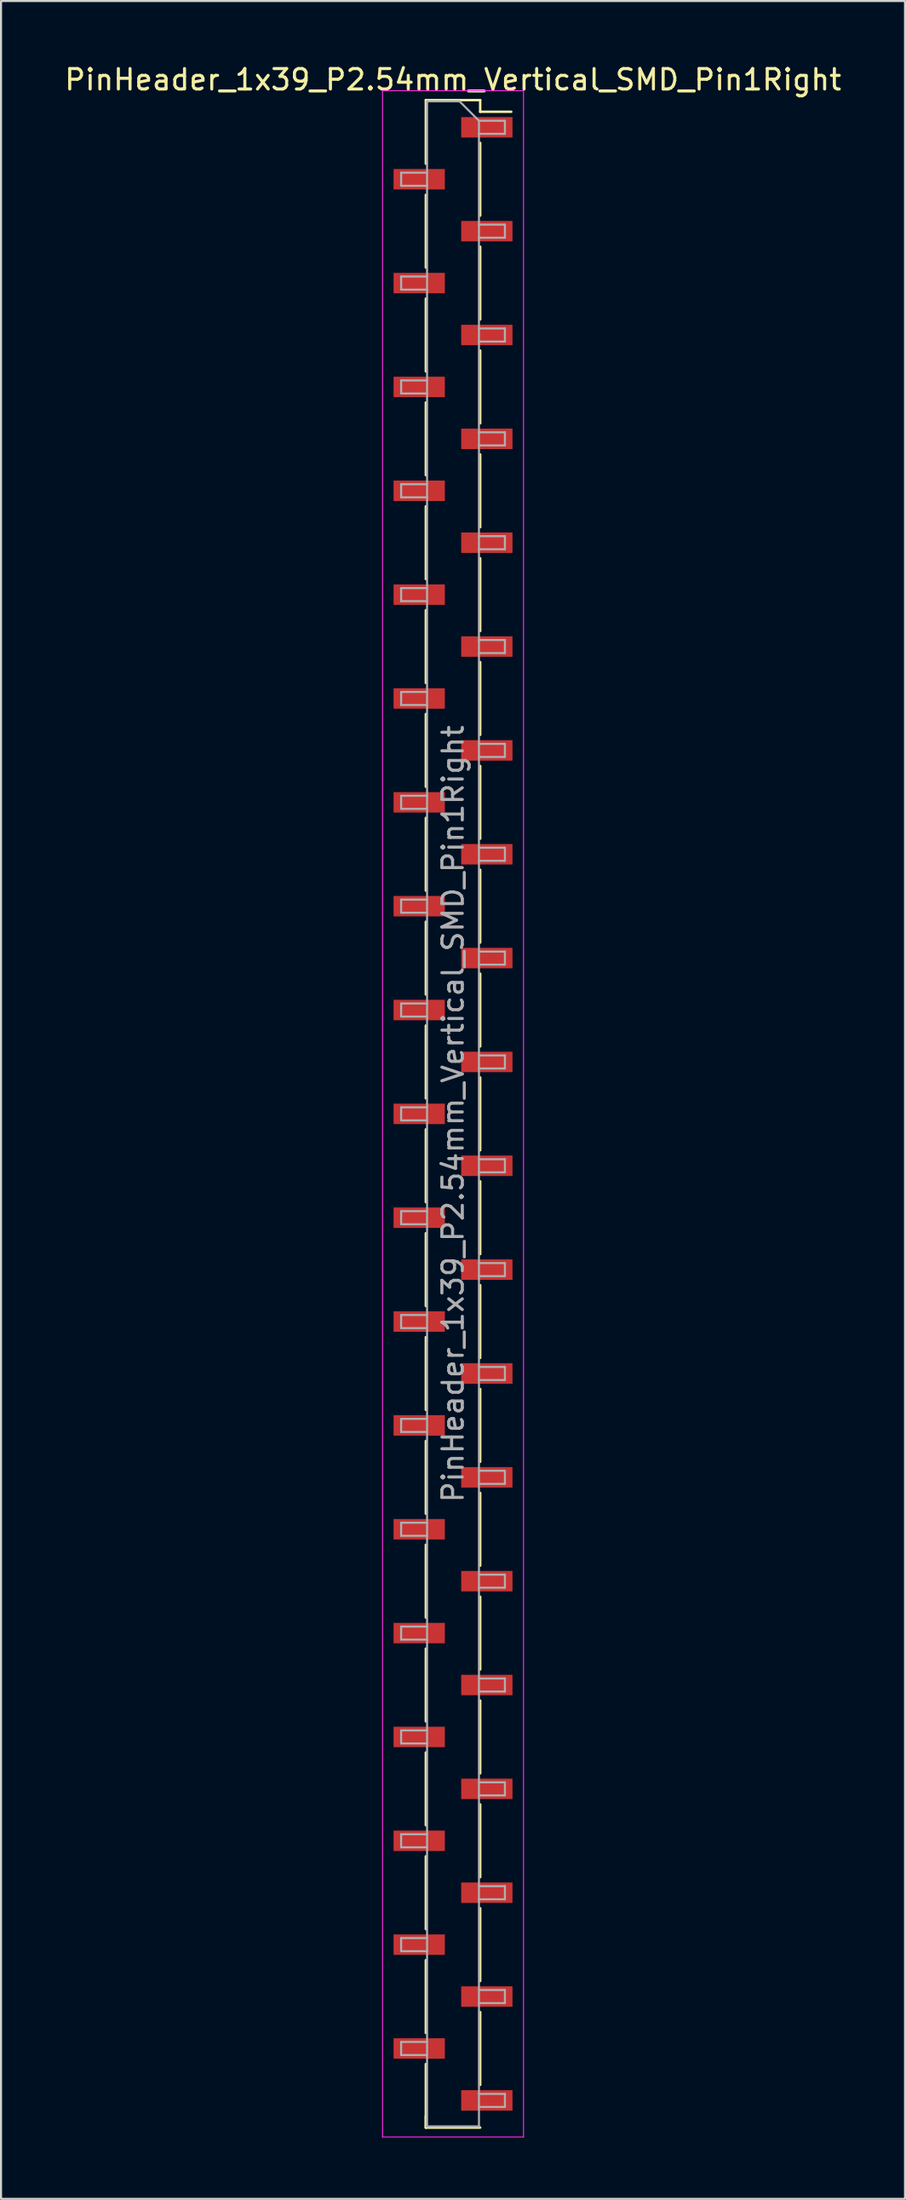
<source format=kicad_pcb>
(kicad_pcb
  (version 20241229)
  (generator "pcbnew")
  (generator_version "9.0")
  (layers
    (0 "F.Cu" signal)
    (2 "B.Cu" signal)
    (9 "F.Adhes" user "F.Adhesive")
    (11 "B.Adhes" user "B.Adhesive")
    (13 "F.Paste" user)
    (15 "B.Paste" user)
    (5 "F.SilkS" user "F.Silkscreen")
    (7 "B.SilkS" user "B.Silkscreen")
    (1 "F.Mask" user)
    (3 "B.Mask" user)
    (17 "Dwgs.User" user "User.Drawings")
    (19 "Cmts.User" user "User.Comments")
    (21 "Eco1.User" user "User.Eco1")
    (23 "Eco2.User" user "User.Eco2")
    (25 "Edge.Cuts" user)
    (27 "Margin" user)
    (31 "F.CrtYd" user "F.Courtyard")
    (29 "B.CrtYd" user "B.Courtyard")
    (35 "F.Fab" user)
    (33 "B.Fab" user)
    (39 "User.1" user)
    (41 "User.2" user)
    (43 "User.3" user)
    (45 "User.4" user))
  (footprint "PinHeader_1x39_P2.54mm_Vertical_SMD_Pin1Right"
    (layer "F.Cu")
    (at 19.125 51.438)
    (property "Reference" "PinHeader_1x39_P2.54mm_Vertical_SMD_Pin1Right" (at 0 -50.59 0) (layer "F.SilkS") (effects (font (size 1 1) (thickness 0.15))))
    (attr smd)
    (fp_line (start -1.33 -49.59) (end -1.33 -46.48) (stroke (width 0.12) (type solid)) (layer "F.SilkS"))
    (fp_line (start -1.33 -49.59) (end 1.33 -49.59) (stroke (width 0.12) (type solid)) (layer "F.SilkS"))
    (fp_line (start -1.33 -44.96) (end -1.33 -41.4) (stroke (width 0.12) (type solid)) (layer "F.SilkS"))
    (fp_line (start -1.33 -39.88) (end -1.33 -36.32) (stroke (width 0.12) (type solid)) (layer "F.SilkS"))
    (fp_line (start -1.33 -34.8) (end -1.33 -31.24) (stroke (width 0.12) (type solid)) (layer "F.SilkS"))
    (fp_line (start -1.33 -29.72) (end -1.33 -26.16) (stroke (width 0.12) (type solid)) (layer "F.SilkS"))
    (fp_line (start -1.33 -24.64) (end -1.33 -21.08) (stroke (width 0.12) (type solid)) (layer "F.SilkS"))
    (fp_line (start -1.33 -19.56) (end -1.33 -16) (stroke (width 0.12) (type solid)) (layer "F.SilkS"))
    (fp_line (start -1.33 -14.48) (end -1.33 -10.92) (stroke (width 0.12) (type solid)) (layer "F.SilkS"))
    (fp_line (start -1.33 -9.4) (end -1.33 -5.84) (stroke (width 0.12) (type solid)) (layer "F.SilkS"))
    (fp_line (start -1.33 -4.32) (end -1.33 -0.76) (stroke (width 0.12) (type solid)) (layer "F.SilkS"))
    (fp_line (start -1.33 0.76) (end -1.33 4.32) (stroke (width 0.12) (type solid)) (layer "F.SilkS"))
    (fp_line (start -1.33 5.84) (end -1.33 9.4) (stroke (width 0.12) (type solid)) (layer "F.SilkS"))
    (fp_line (start -1.33 10.92) (end -1.33 14.48) (stroke (width 0.12) (type solid)) (layer "F.SilkS"))
    (fp_line (start -1.33 16) (end -1.33 19.56) (stroke (width 0.12) (type solid)) (layer "F.SilkS"))
    (fp_line (start -1.33 21.08) (end -1.33 24.64) (stroke (width 0.12) (type solid)) (layer "F.SilkS"))
    (fp_line (start -1.33 26.16) (end -1.33 29.72) (stroke (width 0.12) (type solid)) (layer "F.SilkS"))
    (fp_line (start -1.33 31.24) (end -1.33 34.8) (stroke (width 0.12) (type solid)) (layer "F.SilkS"))
    (fp_line (start -1.33 36.32) (end -1.33 39.88) (stroke (width 0.12) (type solid)) (layer "F.SilkS"))
    (fp_line (start -1.33 41.4) (end -1.33 44.96) (stroke (width 0.12) (type solid)) (layer "F.SilkS"))
    (fp_line (start -1.33 46.48) (end -1.33 49.59) (stroke (width 0.12) (type solid)) (layer "F.SilkS"))
    (fp_line (start -1.33 49.02) (end -1.33 49.59) (stroke (width 0.12) (type solid)) (layer "F.SilkS"))
    (fp_line (start -1.33 49.59) (end 1.33 49.59) (stroke (width 0.12) (type solid)) (layer "F.SilkS"))
    (fp_line (start 1.33 -49.59) (end 1.33 -49.02) (stroke (width 0.12) (type solid)) (layer "F.SilkS"))
    (fp_line (start 1.33 -49.02) (end 2.85 -49.02) (stroke (width 0.12) (type solid)) (layer "F.SilkS"))
    (fp_line (start 1.33 -47.5) (end 1.33 -43.94) (stroke (width 0.12) (type solid)) (layer "F.SilkS"))
    (fp_line (start 1.33 -42.42) (end 1.33 -38.86) (stroke (width 0.12) (type solid)) (layer "F.SilkS"))
    (fp_line (start 1.33 -37.34) (end 1.33 -33.78) (stroke (width 0.12) (type solid)) (layer "F.SilkS"))
    (fp_line (start 1.33 -32.26) (end 1.33 -28.7) (stroke (width 0.12) (type solid)) (layer "F.SilkS"))
    (fp_line (start 1.33 -27.18) (end 1.33 -23.62) (stroke (width 0.12) (type solid)) (layer "F.SilkS"))
    (fp_line (start 1.33 -22.1) (end 1.33 -18.54) (stroke (width 0.12) (type solid)) (layer "F.SilkS"))
    (fp_line (start 1.33 -17.02) (end 1.33 -13.46) (stroke (width 0.12) (type solid)) (layer "F.SilkS"))
    (fp_line (start 1.33 -11.94) (end 1.33 -8.38) (stroke (width 0.12) (type solid)) (layer "F.SilkS"))
    (fp_line (start 1.33 -6.86) (end 1.33 -3.3) (stroke (width 0.12) (type solid)) (layer "F.SilkS"))
    (fp_line (start 1.33 -1.78) (end 1.33 1.78) (stroke (width 0.12) (type solid)) (layer "F.SilkS"))
    (fp_line (start 1.33 3.3) (end 1.33 6.86) (stroke (width 0.12) (type solid)) (layer "F.SilkS"))
    (fp_line (start 1.33 8.38) (end 1.33 11.94) (stroke (width 0.12) (type solid)) (layer "F.SilkS"))
    (fp_line (start 1.33 13.46) (end 1.33 17.02) (stroke (width 0.12) (type solid)) (layer "F.SilkS"))
    (fp_line (start 1.33 18.54) (end 1.33 22.1) (stroke (width 0.12) (type solid)) (layer "F.SilkS"))
    (fp_line (start 1.33 23.62) (end 1.33 27.18) (stroke (width 0.12) (type solid)) (layer "F.SilkS"))
    (fp_line (start 1.33 28.7) (end 1.33 32.26) (stroke (width 0.12) (type solid)) (layer "F.SilkS"))
    (fp_line (start 1.33 33.78) (end 1.33 37.34) (stroke (width 0.12) (type solid)) (layer "F.SilkS"))
    (fp_line (start 1.33 38.86) (end 1.33 42.42) (stroke (width 0.12) (type solid)) (layer "F.SilkS"))
    (fp_line (start 1.33 43.94) (end 1.33 47.5) (stroke (width 0.12) (type solid)) (layer "F.SilkS"))
    (fp_line (start -3.45 -50.05) (end -3.45 50.05) (stroke (width 0.05) (type solid)) (layer "F.CrtYd"))
    (fp_line (start -3.45 50.05) (end 3.45 50.05) (stroke (width 0.05) (type solid)) (layer "F.CrtYd"))
    (fp_line (start 3.45 -50.05) (end -3.45 -50.05) (stroke (width 0.05) (type solid)) (layer "F.CrtYd"))
    (fp_line (start 3.45 50.05) (end 3.45 -50.05) (stroke (width 0.05) (type solid)) (layer "F.CrtYd"))
    (fp_line (start -2.54 -46.04) (end -2.54 -45.4) (stroke (width 0.1) (type solid)) (layer "F.Fab"))
    (fp_line (start -2.54 -45.4) (end -1.27 -45.4) (stroke (width 0.1) (type solid)) (layer "F.Fab"))
    (fp_line (start -2.54 -40.96) (end -2.54 -40.32) (stroke (width 0.1) (type solid)) (layer "F.Fab"))
    (fp_line (start -2.54 -40.32) (end -1.27 -40.32) (stroke (width 0.1) (type solid)) (layer "F.Fab"))
    (fp_line (start -2.54 -35.88) (end -2.54 -35.24) (stroke (width 0.1) (type solid)) (layer "F.Fab"))
    (fp_line (start -2.54 -35.24) (end -1.27 -35.24) (stroke (width 0.1) (type solid)) (layer "F.Fab"))
    (fp_line (start -2.54 -30.8) (end -2.54 -30.16) (stroke (width 0.1) (type solid)) (layer "F.Fab"))
    (fp_line (start -2.54 -30.16) (end -1.27 -30.16) (stroke (width 0.1) (type solid)) (layer "F.Fab"))
    (fp_line (start -2.54 -25.72) (end -2.54 -25.08) (stroke (width 0.1) (type solid)) (layer "F.Fab"))
    (fp_line (start -2.54 -25.08) (end -1.27 -25.08) (stroke (width 0.1) (type solid)) (layer "F.Fab"))
    (fp_line (start -2.54 -20.64) (end -2.54 -20) (stroke (width 0.1) (type solid)) (layer "F.Fab"))
    (fp_line (start -2.54 -20) (end -1.27 -20) (stroke (width 0.1) (type solid)) (layer "F.Fab"))
    (fp_line (start -2.54 -15.56) (end -2.54 -14.92) (stroke (width 0.1) (type solid)) (layer "F.Fab"))
    (fp_line (start -2.54 -14.92) (end -1.27 -14.92) (stroke (width 0.1) (type solid)) (layer "F.Fab"))
    (fp_line (start -2.54 -10.48) (end -2.54 -9.84) (stroke (width 0.1) (type solid)) (layer "F.Fab"))
    (fp_line (start -2.54 -9.84) (end -1.27 -9.84) (stroke (width 0.1) (type solid)) (layer "F.Fab"))
    (fp_line (start -2.54 -5.4) (end -2.54 -4.76) (stroke (width 0.1) (type solid)) (layer "F.Fab"))
    (fp_line (start -2.54 -4.76) (end -1.27 -4.76) (stroke (width 0.1) (type solid)) (layer "F.Fab"))
    (fp_line (start -2.54 -0.32) (end -2.54 0.32) (stroke (width 0.1) (type solid)) (layer "F.Fab"))
    (fp_line (start -2.54 0.32) (end -1.27 0.32) (stroke (width 0.1) (type solid)) (layer "F.Fab"))
    (fp_line (start -2.54 4.76) (end -2.54 5.4) (stroke (width 0.1) (type solid)) (layer "F.Fab"))
    (fp_line (start -2.54 5.4) (end -1.27 5.4) (stroke (width 0.1) (type solid)) (layer "F.Fab"))
    (fp_line (start -2.54 9.84) (end -2.54 10.48) (stroke (width 0.1) (type solid)) (layer "F.Fab"))
    (fp_line (start -2.54 10.48) (end -1.27 10.48) (stroke (width 0.1) (type solid)) (layer "F.Fab"))
    (fp_line (start -2.54 14.92) (end -2.54 15.56) (stroke (width 0.1) (type solid)) (layer "F.Fab"))
    (fp_line (start -2.54 15.56) (end -1.27 15.56) (stroke (width 0.1) (type solid)) (layer "F.Fab"))
    (fp_line (start -2.54 20) (end -2.54 20.64) (stroke (width 0.1) (type solid)) (layer "F.Fab"))
    (fp_line (start -2.54 20.64) (end -1.27 20.64) (stroke (width 0.1) (type solid)) (layer "F.Fab"))
    (fp_line (start -2.54 25.08) (end -2.54 25.72) (stroke (width 0.1) (type solid)) (layer "F.Fab"))
    (fp_line (start -2.54 25.72) (end -1.27 25.72) (stroke (width 0.1) (type solid)) (layer "F.Fab"))
    (fp_line (start -2.54 30.16) (end -2.54 30.8) (stroke (width 0.1) (type solid)) (layer "F.Fab"))
    (fp_line (start -2.54 30.8) (end -1.27 30.8) (stroke (width 0.1) (type solid)) (layer "F.Fab"))
    (fp_line (start -2.54 35.24) (end -2.54 35.88) (stroke (width 0.1) (type solid)) (layer "F.Fab"))
    (fp_line (start -2.54 35.88) (end -1.27 35.88) (stroke (width 0.1) (type solid)) (layer "F.Fab"))
    (fp_line (start -2.54 40.32) (end -2.54 40.96) (stroke (width 0.1) (type solid)) (layer "F.Fab"))
    (fp_line (start -2.54 40.96) (end -1.27 40.96) (stroke (width 0.1) (type solid)) (layer "F.Fab"))
    (fp_line (start -2.54 45.4) (end -2.54 46.04) (stroke (width 0.1) (type solid)) (layer "F.Fab"))
    (fp_line (start -2.54 46.04) (end -1.27 46.04) (stroke (width 0.1) (type solid)) (layer "F.Fab"))
    (fp_line (start -1.27 -49.53) (end -1.27 49.53) (stroke (width 0.1) (type solid)) (layer "F.Fab"))
    (fp_line (start -1.27 -49.53) (end 0.32 -49.53) (stroke (width 0.1) (type solid)) (layer "F.Fab"))
    (fp_line (start -1.27 -46.04) (end -2.54 -46.04) (stroke (width 0.1) (type solid)) (layer "F.Fab"))
    (fp_line (start -1.27 -40.96) (end -2.54 -40.96) (stroke (width 0.1) (type solid)) (layer "F.Fab"))
    (fp_line (start -1.27 -35.88) (end -2.54 -35.88) (stroke (width 0.1) (type solid)) (layer "F.Fab"))
    (fp_line (start -1.27 -30.8) (end -2.54 -30.8) (stroke (width 0.1) (type solid)) (layer "F.Fab"))
    (fp_line (start -1.27 -25.72) (end -2.54 -25.72) (stroke (width 0.1) (type solid)) (layer "F.Fab"))
    (fp_line (start -1.27 -20.64) (end -2.54 -20.64) (stroke (width 0.1) (type solid)) (layer "F.Fab"))
    (fp_line (start -1.27 -15.56) (end -2.54 -15.56) (stroke (width 0.1) (type solid)) (layer "F.Fab"))
    (fp_line (start -1.27 -10.48) (end -2.54 -10.48) (stroke (width 0.1) (type solid)) (layer "F.Fab"))
    (fp_line (start -1.27 -5.4) (end -2.54 -5.4) (stroke (width 0.1) (type solid)) (layer "F.Fab"))
    (fp_line (start -1.27 -0.32) (end -2.54 -0.32) (stroke (width 0.1) (type solid)) (layer "F.Fab"))
    (fp_line (start -1.27 4.76) (end -2.54 4.76) (stroke (width 0.1) (type solid)) (layer "F.Fab"))
    (fp_line (start -1.27 9.84) (end -2.54 9.84) (stroke (width 0.1) (type solid)) (layer "F.Fab"))
    (fp_line (start -1.27 14.92) (end -2.54 14.92) (stroke (width 0.1) (type solid)) (layer "F.Fab"))
    (fp_line (start -1.27 20) (end -2.54 20) (stroke (width 0.1) (type solid)) (layer "F.Fab"))
    (fp_line (start -1.27 25.08) (end -2.54 25.08) (stroke (width 0.1) (type solid)) (layer "F.Fab"))
    (fp_line (start -1.27 30.16) (end -2.54 30.16) (stroke (width 0.1) (type solid)) (layer "F.Fab"))
    (fp_line (start -1.27 35.24) (end -2.54 35.24) (stroke (width 0.1) (type solid)) (layer "F.Fab"))
    (fp_line (start -1.27 40.32) (end -2.54 40.32) (stroke (width 0.1) (type solid)) (layer "F.Fab"))
    (fp_line (start -1.27 45.4) (end -2.54 45.4) (stroke (width 0.1) (type solid)) (layer "F.Fab"))
    (fp_line (start 1.27 -48.58) (end 0.32 -49.53) (stroke (width 0.1) (type solid)) (layer "F.Fab"))
    (fp_line (start 1.27 -48.58) (end 2.54 -48.58) (stroke (width 0.1) (type solid)) (layer "F.Fab"))
    (fp_line (start 1.27 -43.5) (end 2.54 -43.5) (stroke (width 0.1) (type solid)) (layer "F.Fab"))
    (fp_line (start 1.27 -38.42) (end 2.54 -38.42) (stroke (width 0.1) (type solid)) (layer "F.Fab"))
    (fp_line (start 1.27 -33.34) (end 2.54 -33.34) (stroke (width 0.1) (type solid)) (layer "F.Fab"))
    (fp_line (start 1.27 -28.26) (end 2.54 -28.26) (stroke (width 0.1) (type solid)) (layer "F.Fab"))
    (fp_line (start 1.27 -23.18) (end 2.54 -23.18) (stroke (width 0.1) (type solid)) (layer "F.Fab"))
    (fp_line (start 1.27 -18.1) (end 2.54 -18.1) (stroke (width 0.1) (type solid)) (layer "F.Fab"))
    (fp_line (start 1.27 -13.02) (end 2.54 -13.02) (stroke (width 0.1) (type solid)) (layer "F.Fab"))
    (fp_line (start 1.27 -7.94) (end 2.54 -7.94) (stroke (width 0.1) (type solid)) (layer "F.Fab"))
    (fp_line (start 1.27 -2.86) (end 2.54 -2.86) (stroke (width 0.1) (type solid)) (layer "F.Fab"))
    (fp_line (start 1.27 2.22) (end 2.54 2.22) (stroke (width 0.1) (type solid)) (layer "F.Fab"))
    (fp_line (start 1.27 7.3) (end 2.54 7.3) (stroke (width 0.1) (type solid)) (layer "F.Fab"))
    (fp_line (start 1.27 12.38) (end 2.54 12.38) (stroke (width 0.1) (type solid)) (layer "F.Fab"))
    (fp_line (start 1.27 17.46) (end 2.54 17.46) (stroke (width 0.1) (type solid)) (layer "F.Fab"))
    (fp_line (start 1.27 22.54) (end 2.54 22.54) (stroke (width 0.1) (type solid)) (layer "F.Fab"))
    (fp_line (start 1.27 27.62) (end 2.54 27.62) (stroke (width 0.1) (type solid)) (layer "F.Fab"))
    (fp_line (start 1.27 32.7) (end 2.54 32.7) (stroke (width 0.1) (type solid)) (layer "F.Fab"))
    (fp_line (start 1.27 37.78) (end 2.54 37.78) (stroke (width 0.1) (type solid)) (layer "F.Fab"))
    (fp_line (start 1.27 42.86) (end 2.54 42.86) (stroke (width 0.1) (type solid)) (layer "F.Fab"))
    (fp_line (start 1.27 47.94) (end 2.54 47.94) (stroke (width 0.1) (type solid)) (layer "F.Fab"))
    (fp_line (start 1.27 49.53) (end -1.27 49.53) (stroke (width 0.1) (type solid)) (layer "F.Fab"))
    (fp_line (start 1.27 49.53) (end 1.27 -48.58) (stroke (width 0.1) (type solid)) (layer "F.Fab"))
    (fp_line (start 2.54 -48.58) (end 2.54 -47.94) (stroke (width 0.1) (type solid)) (layer "F.Fab"))
    (fp_line (start 2.54 -47.94) (end 1.27 -47.94) (stroke (width 0.1) (type solid)) (layer "F.Fab"))
    (fp_line (start 2.54 -43.5) (end 2.54 -42.86) (stroke (width 0.1) (type solid)) (layer "F.Fab"))
    (fp_line (start 2.54 -42.86) (end 1.27 -42.86) (stroke (width 0.1) (type solid)) (layer "F.Fab"))
    (fp_line (start 2.54 -38.42) (end 2.54 -37.78) (stroke (width 0.1) (type solid)) (layer "F.Fab"))
    (fp_line (start 2.54 -37.78) (end 1.27 -37.78) (stroke (width 0.1) (type solid)) (layer "F.Fab"))
    (fp_line (start 2.54 -33.34) (end 2.54 -32.7) (stroke (width 0.1) (type solid)) (layer "F.Fab"))
    (fp_line (start 2.54 -32.7) (end 1.27 -32.7) (stroke (width 0.1) (type solid)) (layer "F.Fab"))
    (fp_line (start 2.54 -28.26) (end 2.54 -27.62) (stroke (width 0.1) (type solid)) (layer "F.Fab"))
    (fp_line (start 2.54 -27.62) (end 1.27 -27.62) (stroke (width 0.1) (type solid)) (layer "F.Fab"))
    (fp_line (start 2.54 -23.18) (end 2.54 -22.54) (stroke (width 0.1) (type solid)) (layer "F.Fab"))
    (fp_line (start 2.54 -22.54) (end 1.27 -22.54) (stroke (width 0.1) (type solid)) (layer "F.Fab"))
    (fp_line (start 2.54 -18.1) (end 2.54 -17.46) (stroke (width 0.1) (type solid)) (layer "F.Fab"))
    (fp_line (start 2.54 -17.46) (end 1.27 -17.46) (stroke (width 0.1) (type solid)) (layer "F.Fab"))
    (fp_line (start 2.54 -13.02) (end 2.54 -12.38) (stroke (width 0.1) (type solid)) (layer "F.Fab"))
    (fp_line (start 2.54 -12.38) (end 1.27 -12.38) (stroke (width 0.1) (type solid)) (layer "F.Fab"))
    (fp_line (start 2.54 -7.94) (end 2.54 -7.3) (stroke (width 0.1) (type solid)) (layer "F.Fab"))
    (fp_line (start 2.54 -7.3) (end 1.27 -7.3) (stroke (width 0.1) (type solid)) (layer "F.Fab"))
    (fp_line (start 2.54 -2.86) (end 2.54 -2.22) (stroke (width 0.1) (type solid)) (layer "F.Fab"))
    (fp_line (start 2.54 -2.22) (end 1.27 -2.22) (stroke (width 0.1) (type solid)) (layer "F.Fab"))
    (fp_line (start 2.54 2.22) (end 2.54 2.86) (stroke (width 0.1) (type solid)) (layer "F.Fab"))
    (fp_line (start 2.54 2.86) (end 1.27 2.86) (stroke (width 0.1) (type solid)) (layer "F.Fab"))
    (fp_line (start 2.54 7.3) (end 2.54 7.94) (stroke (width 0.1) (type solid)) (layer "F.Fab"))
    (fp_line (start 2.54 7.94) (end 1.27 7.94) (stroke (width 0.1) (type solid)) (layer "F.Fab"))
    (fp_line (start 2.54 12.38) (end 2.54 13.02) (stroke (width 0.1) (type solid)) (layer "F.Fab"))
    (fp_line (start 2.54 13.02) (end 1.27 13.02) (stroke (width 0.1) (type solid)) (layer "F.Fab"))
    (fp_line (start 2.54 17.46) (end 2.54 18.1) (stroke (width 0.1) (type solid)) (layer "F.Fab"))
    (fp_line (start 2.54 18.1) (end 1.27 18.1) (stroke (width 0.1) (type solid)) (layer "F.Fab"))
    (fp_line (start 2.54 22.54) (end 2.54 23.18) (stroke (width 0.1) (type solid)) (layer "F.Fab"))
    (fp_line (start 2.54 23.18) (end 1.27 23.18) (stroke (width 0.1) (type solid)) (layer "F.Fab"))
    (fp_line (start 2.54 27.62) (end 2.54 28.26) (stroke (width 0.1) (type solid)) (layer "F.Fab"))
    (fp_line (start 2.54 28.26) (end 1.27 28.26) (stroke (width 0.1) (type solid)) (layer "F.Fab"))
    (fp_line (start 2.54 32.7) (end 2.54 33.34) (stroke (width 0.1) (type solid)) (layer "F.Fab"))
    (fp_line (start 2.54 33.34) (end 1.27 33.34) (stroke (width 0.1) (type solid)) (layer "F.Fab"))
    (fp_line (start 2.54 37.78) (end 2.54 38.42) (stroke (width 0.1) (type solid)) (layer "F.Fab"))
    (fp_line (start 2.54 38.42) (end 1.27 38.42) (stroke (width 0.1) (type solid)) (layer "F.Fab"))
    (fp_line (start 2.54 42.86) (end 2.54 43.5) (stroke (width 0.1) (type solid)) (layer "F.Fab"))
    (fp_line (start 2.54 43.5) (end 1.27 43.5) (stroke (width 0.1) (type solid)) (layer "F.Fab"))
    (fp_line (start 2.54 47.94) (end 2.54 48.58) (stroke (width 0.1) (type solid)) (layer "F.Fab"))
    (fp_line (start 2.54 48.58) (end 1.27 48.58) (stroke (width 0.1) (type solid)) (layer "F.Fab"))
    (fp_text user "${REFERENCE}" (at 0 0 90) (layer "F.Fab") (effects (font (size 1 1) (thickness 0.15))))
    (pad "1" smd rect (at 1.655 -48.26) (size 2.51 1) (layers "F.Cu" "F.Mask" "F.Paste"))
    (pad "2" smd rect (at -1.655 -45.72) (size 2.51 1) (layers "F.Cu" "F.Mask" "F.Paste"))
    (pad "3" smd rect (at 1.655 -43.18) (size 2.51 1) (layers "F.Cu" "F.Mask" "F.Paste"))
    (pad "4" smd rect (at -1.655 -40.64) (size 2.51 1) (layers "F.Cu" "F.Mask" "F.Paste"))
    (pad "5" smd rect (at 1.655 -38.1) (size 2.51 1) (layers "F.Cu" "F.Mask" "F.Paste"))
    (pad "6" smd rect (at -1.655 -35.56) (size 2.51 1) (layers "F.Cu" "F.Mask" "F.Paste"))
    (pad "7" smd rect (at 1.655 -33.02) (size 2.51 1) (layers "F.Cu" "F.Mask" "F.Paste"))
    (pad "8" smd rect (at -1.655 -30.48) (size 2.51 1) (layers "F.Cu" "F.Mask" "F.Paste"))
    (pad "9" smd rect (at 1.655 -27.94) (size 2.51 1) (layers "F.Cu" "F.Mask" "F.Paste"))
    (pad "10" smd rect (at -1.655 -25.4) (size 2.51 1) (layers "F.Cu" "F.Mask" "F.Paste"))
    (pad "11" smd rect (at 1.655 -22.86) (size 2.51 1) (layers "F.Cu" "F.Mask" "F.Paste"))
    (pad "12" smd rect (at -1.655 -20.32) (size 2.51 1) (layers "F.Cu" "F.Mask" "F.Paste"))
    (pad "13" smd rect (at 1.655 -17.78) (size 2.51 1) (layers "F.Cu" "F.Mask" "F.Paste"))
    (pad "14" smd rect (at -1.655 -15.24) (size 2.51 1) (layers "F.Cu" "F.Mask" "F.Paste"))
    (pad "15" smd rect (at 1.655 -12.7) (size 2.51 1) (layers "F.Cu" "F.Mask" "F.Paste"))
    (pad "16" smd rect (at -1.655 -10.16) (size 2.51 1) (layers "F.Cu" "F.Mask" "F.Paste"))
    (pad "17" smd rect (at 1.655 -7.62) (size 2.51 1) (layers "F.Cu" "F.Mask" "F.Paste"))
    (pad "18" smd rect (at -1.655 -5.08) (size 2.51 1) (layers "F.Cu" "F.Mask" "F.Paste"))
    (pad "19" smd rect (at 1.655 -2.54) (size 2.51 1) (layers "F.Cu" "F.Mask" "F.Paste"))
    (pad "20" smd rect (at -1.655 0) (size 2.51 1) (layers "F.Cu" "F.Mask" "F.Paste"))
    (pad "21" smd rect (at 1.655 2.54) (size 2.51 1) (layers "F.Cu" "F.Mask" "F.Paste"))
    (pad "22" smd rect (at -1.655 5.08) (size 2.51 1) (layers "F.Cu" "F.Mask" "F.Paste"))
    (pad "23" smd rect (at 1.655 7.62) (size 2.51 1) (layers "F.Cu" "F.Mask" "F.Paste"))
    (pad "24" smd rect (at -1.655 10.16) (size 2.51 1) (layers "F.Cu" "F.Mask" "F.Paste"))
    (pad "25" smd rect (at 1.655 12.7) (size 2.51 1) (layers "F.Cu" "F.Mask" "F.Paste"))
    (pad "26" smd rect (at -1.655 15.24) (size 2.51 1) (layers "F.Cu" "F.Mask" "F.Paste"))
    (pad "27" smd rect (at 1.655 17.78) (size 2.51 1) (layers "F.Cu" "F.Mask" "F.Paste"))
    (pad "28" smd rect (at -1.655 20.32) (size 2.51 1) (layers "F.Cu" "F.Mask" "F.Paste"))
    (pad "29" smd rect (at 1.655 22.86) (size 2.51 1) (layers "F.Cu" "F.Mask" "F.Paste"))
    (pad "30" smd rect (at -1.655 25.4) (size 2.51 1) (layers "F.Cu" "F.Mask" "F.Paste"))
    (pad "31" smd rect (at 1.655 27.94) (size 2.51 1) (layers "F.Cu" "F.Mask" "F.Paste"))
    (pad "32" smd rect (at -1.655 30.48) (size 2.51 1) (layers "F.Cu" "F.Mask" "F.Paste"))
    (pad "33" smd rect (at 1.655 33.02) (size 2.51 1) (layers "F.Cu" "F.Mask" "F.Paste"))
    (pad "34" smd rect (at -1.655 35.56) (size 2.51 1) (layers "F.Cu" "F.Mask" "F.Paste"))
    (pad "35" smd rect (at 1.655 38.1) (size 2.51 1) (layers "F.Cu" "F.Mask" "F.Paste"))
    (pad "36" smd rect (at -1.655 40.64) (size 2.51 1) (layers "F.Cu" "F.Mask" "F.Paste"))
    (pad "37" smd rect (at 1.655 43.18) (size 2.51 1) (layers "F.Cu" "F.Mask" "F.Paste"))
    (pad "38" smd rect (at -1.655 45.72) (size 2.51 1) (layers "F.Cu" "F.Mask" "F.Paste"))
    (pad "39" smd rect (at 1.655 48.26) (size 2.51 1) (layers "F.Cu" "F.Mask" "F.Paste")))
  (gr_rect
    (start -3 -3)
    (end 41.25 104.513)
    (stroke (width 0.1) (type default))
    (fill no)
    (layer "Edge.Cuts")))
</source>
